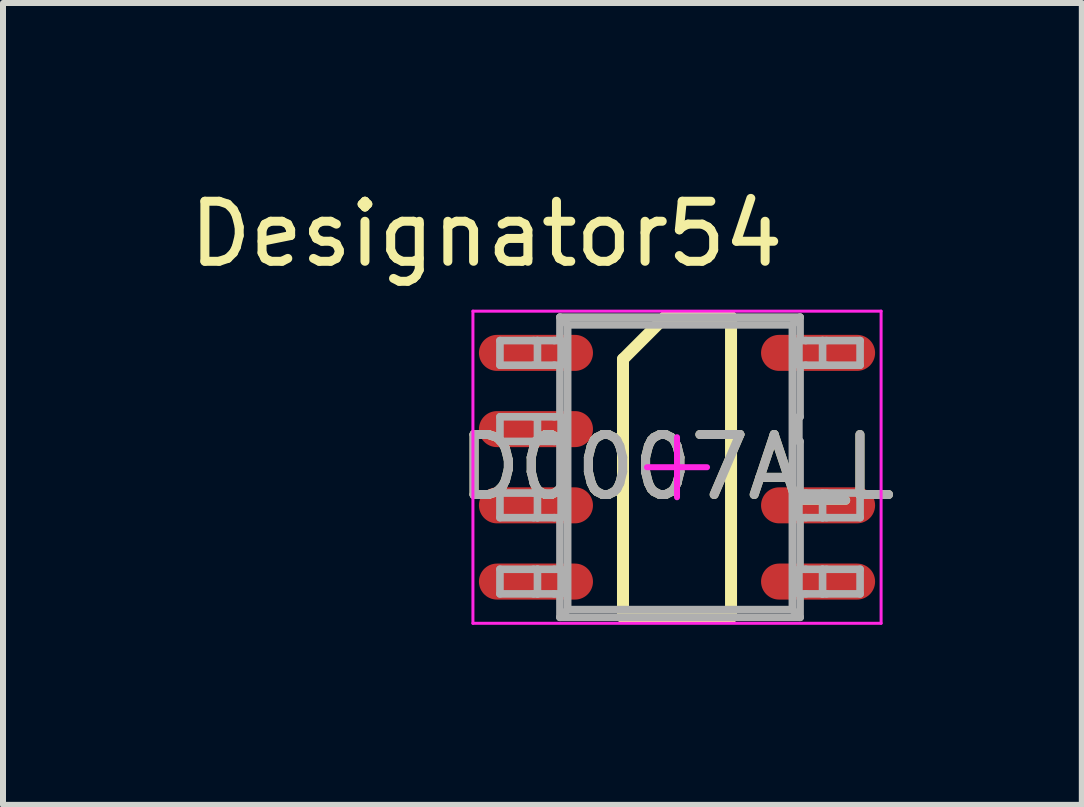
<source format=kicad_pcb>
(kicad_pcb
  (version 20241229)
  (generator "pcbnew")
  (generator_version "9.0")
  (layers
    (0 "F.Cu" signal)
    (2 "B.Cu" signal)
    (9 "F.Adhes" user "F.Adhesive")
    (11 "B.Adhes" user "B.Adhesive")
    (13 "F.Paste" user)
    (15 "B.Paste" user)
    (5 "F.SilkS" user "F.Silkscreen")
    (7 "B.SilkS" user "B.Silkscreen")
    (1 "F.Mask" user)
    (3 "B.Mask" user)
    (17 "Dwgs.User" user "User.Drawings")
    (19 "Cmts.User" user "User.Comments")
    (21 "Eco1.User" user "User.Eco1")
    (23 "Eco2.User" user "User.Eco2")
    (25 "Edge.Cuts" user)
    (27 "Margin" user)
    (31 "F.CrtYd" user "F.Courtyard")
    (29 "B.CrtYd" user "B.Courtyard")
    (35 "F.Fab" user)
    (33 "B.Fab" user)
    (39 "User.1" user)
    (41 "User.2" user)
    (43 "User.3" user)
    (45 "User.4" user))
  (footprint "D0007A_L"
    (layer "F.Cu")
    (at 8.229 4.734)
    (property "Reference" "D0007A_L" (at 0 0 0) (unlocked yes) (layer "F.SilkS") (effects (font (size 1 1) (thickness 0.15))))
    (attr smd)
    (fp_line (start -0.9 -1.8) (end -0.2 -2.5) (stroke (width 0.2) (type solid)) (layer "F.SilkS"))
    (fp_line (start -0.9 2.5) (end -0.9 -1.8) (stroke (width 0.2) (type solid)) (layer "F.SilkS"))
    (fp_line (start -0.9 2.5) (end 0.9 2.5) (stroke (width 0.2) (type solid)) (layer "F.SilkS"))
    (fp_line (start -0.2 -2.5) (end 0.9 -2.5) (stroke (width 0.2) (type solid)) (layer "F.SilkS"))
    (fp_line (start 0.9 2.5) (end 0.9 -2.5) (stroke (width 0.2) (type solid)) (layer "F.SilkS"))
    (fp_line (start -3.4 -2.6) (end 3.4 -2.6) (stroke (width 0.05) (type solid)) (layer "F.CrtYd"))
    (fp_line (start -3.4 2.6) (end -3.4 -2.6) (stroke (width 0.05) (type solid)) (layer "F.CrtYd"))
    (fp_line (start -3.4 2.6) (end 3.4 2.6) (stroke (width 0.05) (type solid)) (layer "F.CrtYd"))
    (fp_line (start -0.5 0) (end 0.5 0) (stroke (width 0.1) (type solid)) (layer "F.CrtYd"))
    (fp_line (start 0 0.5) (end 0 -0.5) (stroke (width 0.1) (type solid)) (layer "F.CrtYd"))
    (fp_line (start 3.4 2.6) (end 3.4 -2.6) (stroke (width 0.05) (type solid)) (layer "F.CrtYd"))
    (fp_line (start -2.95 -2.11) (end -2.39 -2.11) (stroke (width 0.127) (type solid)) (layer "F.Fab"))
    (fp_line (start -2.95 -1.7) (end -2.95 -2.11) (stroke (width 0.127) (type solid)) (layer "F.Fab"))
    (fp_line (start -2.95 -1.7) (end -2.39 -1.7) (stroke (width 0.127) (type solid)) (layer "F.Fab"))
    (fp_line (start -2.95 -0.84) (end -2.39 -0.84) (stroke (width 0.127) (type solid)) (layer "F.Fab"))
    (fp_line (start -2.95 -0.43) (end -2.95 -0.84) (stroke (width 0.127) (type solid)) (layer "F.Fab"))
    (fp_line (start -2.95 -0.43) (end -2.39 -0.43) (stroke (width 0.127) (type solid)) (layer "F.Fab"))
    (fp_line (start -2.95 0.43) (end -2.39 0.43) (stroke (width 0.127) (type solid)) (layer "F.Fab"))
    (fp_line (start -2.95 0.84) (end -2.95 0.43) (stroke (width 0.127) (type solid)) (layer "F.Fab"))
    (fp_line (start -2.95 0.84) (end -2.39 0.84) (stroke (width 0.127) (type solid)) (layer "F.Fab"))
    (fp_line (start -2.95 1.7) (end -2.39 1.7) (stroke (width 0.127) (type solid)) (layer "F.Fab"))
    (fp_line (start -2.95 2.11) (end -2.95 1.7) (stroke (width 0.127) (type solid)) (layer "F.Fab"))
    (fp_line (start -2.95 2.11) (end -2.39 2.11) (stroke (width 0.127) (type solid)) (layer "F.Fab"))
    (fp_line (start -2.39 -2.11) (end -2.325 -2.11) (stroke (width 0.127) (type solid)) (layer "F.Fab"))
    (fp_line (start -2.39 -1.7) (end -2.325 -1.7) (stroke (width 0.127) (type solid)) (layer "F.Fab"))
    (fp_line (start -2.39 -0.84) (end -2.325 -0.84) (stroke (width 0.127) (type solid)) (layer "F.Fab"))
    (fp_line (start -2.39 -0.43) (end -2.325 -0.43) (stroke (width 0.127) (type solid)) (layer "F.Fab"))
    (fp_line (start -2.39 0.43) (end -2.325 0.43) (stroke (width 0.127) (type solid)) (layer "F.Fab"))
    (fp_line (start -2.39 0.84) (end -2.325 0.84) (stroke (width 0.127) (type solid)) (layer "F.Fab"))
    (fp_line (start -2.39 1.7) (end -2.325 1.7) (stroke (width 0.127) (type solid)) (layer "F.Fab"))
    (fp_line (start -2.39 2.11) (end -2.325 2.11) (stroke (width 0.127) (type solid)) (layer "F.Fab"))
    (fp_line (start -2.325 -2.11) (end -2.045 -2.11) (stroke (width 0.127) (type solid)) (layer "F.Fab"))
    (fp_line (start -2.325 -1.7) (end -2.325 -2.11) (stroke (width 0.127) (type solid)) (layer "F.Fab"))
    (fp_line (start -2.325 -1.7) (end -2.045 -1.7) (stroke (width 0.127) (type solid)) (layer "F.Fab"))
    (fp_line (start -2.325 -0.84) (end -2.045 -0.84) (stroke (width 0.127) (type solid)) (layer "F.Fab"))
    (fp_line (start -2.325 -0.43) (end -2.325 -0.84) (stroke (width 0.127) (type solid)) (layer "F.Fab"))
    (fp_line (start -2.325 -0.43) (end -2.045 -0.43) (stroke (width 0.127) (type solid)) (layer "F.Fab"))
    (fp_line (start -2.325 0.43) (end -2.045 0.43) (stroke (width 0.127) (type solid)) (layer "F.Fab"))
    (fp_line (start -2.325 0.84) (end -2.325 0.43) (stroke (width 0.127) (type solid)) (layer "F.Fab"))
    (fp_line (start -2.325 0.84) (end -2.045 0.84) (stroke (width 0.127) (type solid)) (layer "F.Fab"))
    (fp_line (start -2.325 1.7) (end -2.045 1.7) (stroke (width 0.127) (type solid)) (layer "F.Fab"))
    (fp_line (start -2.325 2.11) (end -2.325 1.7) (stroke (width 0.127) (type solid)) (layer "F.Fab"))
    (fp_line (start -2.325 2.11) (end -2.045 2.11) (stroke (width 0.127) (type solid)) (layer "F.Fab"))
    (fp_line (start -2.045 -2.11) (end -1.931 -2.11) (stroke (width 0.127) (type solid)) (layer "F.Fab"))
    (fp_line (start -2.045 -1.7) (end -1.931 -1.7) (stroke (width 0.127) (type solid)) (layer "F.Fab"))
    (fp_line (start -2.045 -0.84) (end -1.931 -0.84) (stroke (width 0.127) (type solid)) (layer "F.Fab"))
    (fp_line (start -2.045 -0.43) (end -1.931 -0.43) (stroke (width 0.127) (type solid)) (layer "F.Fab"))
    (fp_line (start -2.045 0.43) (end -1.931 0.43) (stroke (width 0.127) (type solid)) (layer "F.Fab"))
    (fp_line (start -2.045 0.84) (end -1.931 0.84) (stroke (width 0.127) (type solid)) (layer "F.Fab"))
    (fp_line (start -2.045 1.7) (end -1.931 1.7) (stroke (width 0.127) (type solid)) (layer "F.Fab"))
    (fp_line (start -2.045 2.11) (end -1.931 2.11) (stroke (width 0.127) (type solid)) (layer "F.Fab"))
    (fp_line (start -1.95 -2.5) (end -1.822 -2.372) (stroke (width 0.127) (type solid)) (layer "F.Fab"))
    (fp_line (start -1.95 -2.5) (end 2.05 -2.5) (stroke (width 0.127) (type solid)) (layer "F.Fab"))
    (fp_line (start -1.95 -2.11) (end -1.95 -2.5) (stroke (width 0.127) (type solid)) (layer "F.Fab"))
    (fp_line (start -1.95 -0.84) (end -1.95 -1.7) (stroke (width 0.127) (type solid)) (layer "F.Fab"))
    (fp_line (start -1.95 0.43) (end -1.95 -0.43) (stroke (width 0.127) (type solid)) (layer "F.Fab"))
    (fp_line (start -1.95 1.7) (end -1.95 0.84) (stroke (width 0.127) (type solid)) (layer "F.Fab"))
    (fp_line (start -1.95 2.5) (end -1.95 2.11) (stroke (width 0.127) (type solid)) (layer "F.Fab"))
    (fp_line (start -1.95 2.5) (end -1.822 2.372) (stroke (width 0.127) (type solid)) (layer "F.Fab"))
    (fp_line (start -1.95 2.5) (end 2.05 2.5) (stroke (width 0.127) (type solid)) (layer "F.Fab"))
    (fp_line (start -1.931 -1.7) (end -1.931 -2.11) (stroke (width 0.127) (type solid)) (layer "F.Fab"))
    (fp_line (start -1.931 -0.43) (end -1.931 -0.84) (stroke (width 0.127) (type solid)) (layer "F.Fab"))
    (fp_line (start -1.931 0.84) (end -1.931 0.43) (stroke (width 0.127) (type solid)) (layer "F.Fab"))
    (fp_line (start -1.931 2.11) (end -1.931 1.7) (stroke (width 0.127) (type solid)) (layer "F.Fab"))
    (fp_line (start -1.822 -2.372) (end 1.922 -2.372) (stroke (width 0.127) (type solid)) (layer "F.Fab"))
    (fp_line (start -1.822 2.372) (end -1.822 -2.372) (stroke (width 0.127) (type solid)) (layer "F.Fab"))
    (fp_line (start -1.822 2.372) (end 1.922 2.372) (stroke (width 0.127) (type solid)) (layer "F.Fab"))
    (fp_line (start 1.922 -2.372) (end 2.05 -2.5) (stroke (width 0.127) (type solid)) (layer "F.Fab"))
    (fp_line (start 1.922 2.372) (end 1.922 -2.372) (stroke (width 0.127) (type solid)) (layer "F.Fab"))
    (fp_line (start 1.922 2.372) (end 2.05 2.5) (stroke (width 0.127) (type solid)) (layer "F.Fab"))
    (fp_line (start 2.03 -0.84) (end 2.05 -0.84) (stroke (width 0.127) (type solid)) (layer "F.Fab"))
    (fp_line (start 2.03 -0.43) (end 2.03 -0.84) (stroke (width 0.127) (type solid)) (layer "F.Fab"))
    (fp_line (start 2.03 -0.43) (end 2.05 -0.43) (stroke (width 0.127) (type solid)) (layer "F.Fab"))
    (fp_line (start 2.031 -2.11) (end 2.145 -2.11) (stroke (width 0.127) (type solid)) (layer "F.Fab"))
    (fp_line (start 2.031 -1.7) (end 2.031 -2.11) (stroke (width 0.127) (type solid)) (layer "F.Fab"))
    (fp_line (start 2.031 -1.7) (end 2.145 -1.7) (stroke (width 0.127) (type solid)) (layer "F.Fab"))
    (fp_line (start 2.031 0.43) (end 2.145 0.43) (stroke (width 0.127) (type solid)) (layer "F.Fab"))
    (fp_line (start 2.031 0.84) (end 2.031 0.43) (stroke (width 0.127) (type solid)) (layer "F.Fab"))
    (fp_line (start 2.031 0.84) (end 2.145 0.84) (stroke (width 0.127) (type solid)) (layer "F.Fab"))
    (fp_line (start 2.031 1.7) (end 2.145 1.7) (stroke (width 0.127) (type solid)) (layer "F.Fab"))
    (fp_line (start 2.031 2.11) (end 2.031 1.7) (stroke (width 0.127) (type solid)) (layer "F.Fab"))
    (fp_line (start 2.031 2.11) (end 2.145 2.11) (stroke (width 0.127) (type solid)) (layer "F.Fab"))
    (fp_line (start 2.05 -2.11) (end 2.05 -2.5) (stroke (width 0.127) (type solid)) (layer "F.Fab"))
    (fp_line (start 2.05 -0.84) (end 2.05 -1.7) (stroke (width 0.127) (type solid)) (layer "F.Fab"))
    (fp_line (start 2.05 0.43) (end 2.05 -0.43) (stroke (width 0.127) (type solid)) (layer "F.Fab"))
    (fp_line (start 2.05 1.7) (end 2.05 0.84) (stroke (width 0.127) (type solid)) (layer "F.Fab"))
    (fp_line (start 2.05 2.5) (end 2.05 2.11) (stroke (width 0.127) (type solid)) (layer "F.Fab"))
    (fp_line (start 2.145 -2.11) (end 2.425 -2.11) (stroke (width 0.127) (type solid)) (layer "F.Fab"))
    (fp_line (start 2.145 -1.7) (end 2.425 -1.7) (stroke (width 0.127) (type solid)) (layer "F.Fab"))
    (fp_line (start 2.145 0.43) (end 2.425 0.43) (stroke (width 0.127) (type solid)) (layer "F.Fab"))
    (fp_line (start 2.145 0.84) (end 2.425 0.84) (stroke (width 0.127) (type solid)) (layer "F.Fab"))
    (fp_line (start 2.145 1.7) (end 2.425 1.7) (stroke (width 0.127) (type solid)) (layer "F.Fab"))
    (fp_line (start 2.145 2.11) (end 2.425 2.11) (stroke (width 0.127) (type solid)) (layer "F.Fab"))
    (fp_line (start 2.425 -2.11) (end 2.49 -2.11) (stroke (width 0.127) (type solid)) (layer "F.Fab"))
    (fp_line (start 2.425 -1.7) (end 2.425 -2.11) (stroke (width 0.127) (type solid)) (layer "F.Fab"))
    (fp_line (start 2.425 -1.7) (end 2.49 -1.7) (stroke (width 0.127) (type solid)) (layer "F.Fab"))
    (fp_line (start 2.425 0.43) (end 2.49 0.43) (stroke (width 0.127) (type solid)) (layer "F.Fab"))
    (fp_line (start 2.425 0.84) (end 2.425 0.43) (stroke (width 0.127) (type solid)) (layer "F.Fab"))
    (fp_line (start 2.425 0.84) (end 2.49 0.84) (stroke (width 0.127) (type solid)) (layer "F.Fab"))
    (fp_line (start 2.425 1.7) (end 2.49 1.7) (stroke (width 0.127) (type solid)) (layer "F.Fab"))
    (fp_line (start 2.425 2.11) (end 2.425 1.7) (stroke (width 0.127) (type solid)) (layer "F.Fab"))
    (fp_line (start 2.425 2.11) (end 2.49 2.11) (stroke (width 0.127) (type solid)) (layer "F.Fab"))
    (fp_line (start 2.49 -2.11) (end 3.05 -2.11) (stroke (width 0.127) (type solid)) (layer "F.Fab"))
    (fp_line (start 2.49 -1.7) (end 3.05 -1.7) (stroke (width 0.127) (type solid)) (layer "F.Fab"))
    (fp_line (start 2.49 0.43) (end 3.05 0.43) (stroke (width 0.127) (type solid)) (layer "F.Fab"))
    (fp_line (start 2.49 0.84) (end 3.05 0.84) (stroke (width 0.127) (type solid)) (layer "F.Fab"))
    (fp_line (start 2.49 1.7) (end 3.05 1.7) (stroke (width 0.127) (type solid)) (layer "F.Fab"))
    (fp_line (start 2.49 2.11) (end 3.05 2.11) (stroke (width 0.127) (type solid)) (layer "F.Fab"))
    (fp_line (start 3.05 -1.7) (end 3.05 -2.11) (stroke (width 0.127) (type solid)) (layer "F.Fab"))
    (fp_line (start 3.05 0.84) (end 3.05 0.43) (stroke (width 0.127) (type solid)) (layer "F.Fab"))
    (fp_line (start 3.05 2.11) (end 3.05 1.7) (stroke (width 0.127) (type solid)) (layer "F.Fab"))
    (fp_text user "Designator54" (at -3.175 -3.886 0) (unlocked yes) (layer "F.SilkS") (effects (font (size 1 1) (thickness 0.15))))
    (fp_text user "${REFERENCE}" (at 0 0 0) (unlocked yes) (layer "F.Fab") (effects (font (size 1 1) (thickness 0.15))))
    (pad "1" smd oval (at -2.35 -1.905 90) (size 0.6 1.9) (layers "F.Cu" "F.Mask" "F.Paste"))
    (pad "2" smd oval (at -2.35 -0.635 90) (size 0.6 1.9) (layers "F.Cu" "F.Mask" "F.Paste"))
    (pad "3" smd oval (at -2.35 0.635 90) (size 0.6 1.9) (layers "F.Cu" "F.Mask" "F.Paste"))
    (pad "4" smd oval (at -2.35 1.905 90) (size 0.6 1.9) (layers "F.Cu" "F.Mask" "F.Paste"))
    (pad "5" smd oval (at 2.35 1.905 90) (size 0.6 1.9) (layers "F.Cu" "F.Mask" "F.Paste"))
    (pad "6" smd oval (at 2.35 0.635 90) (size 0.6 1.9) (layers "F.Cu" "F.Mask" "F.Paste"))
    (pad "8" smd oval (at 2.35 -1.905 90) (size 0.6 1.9) (layers "F.Cu" "F.Mask" "F.Paste")))
  (gr_rect
    (start -3 -3)
    (end 14.973 10.359)
    (stroke (width 0.1) (type default))
    (fill no)
    (layer "Edge.Cuts")))
</source>
